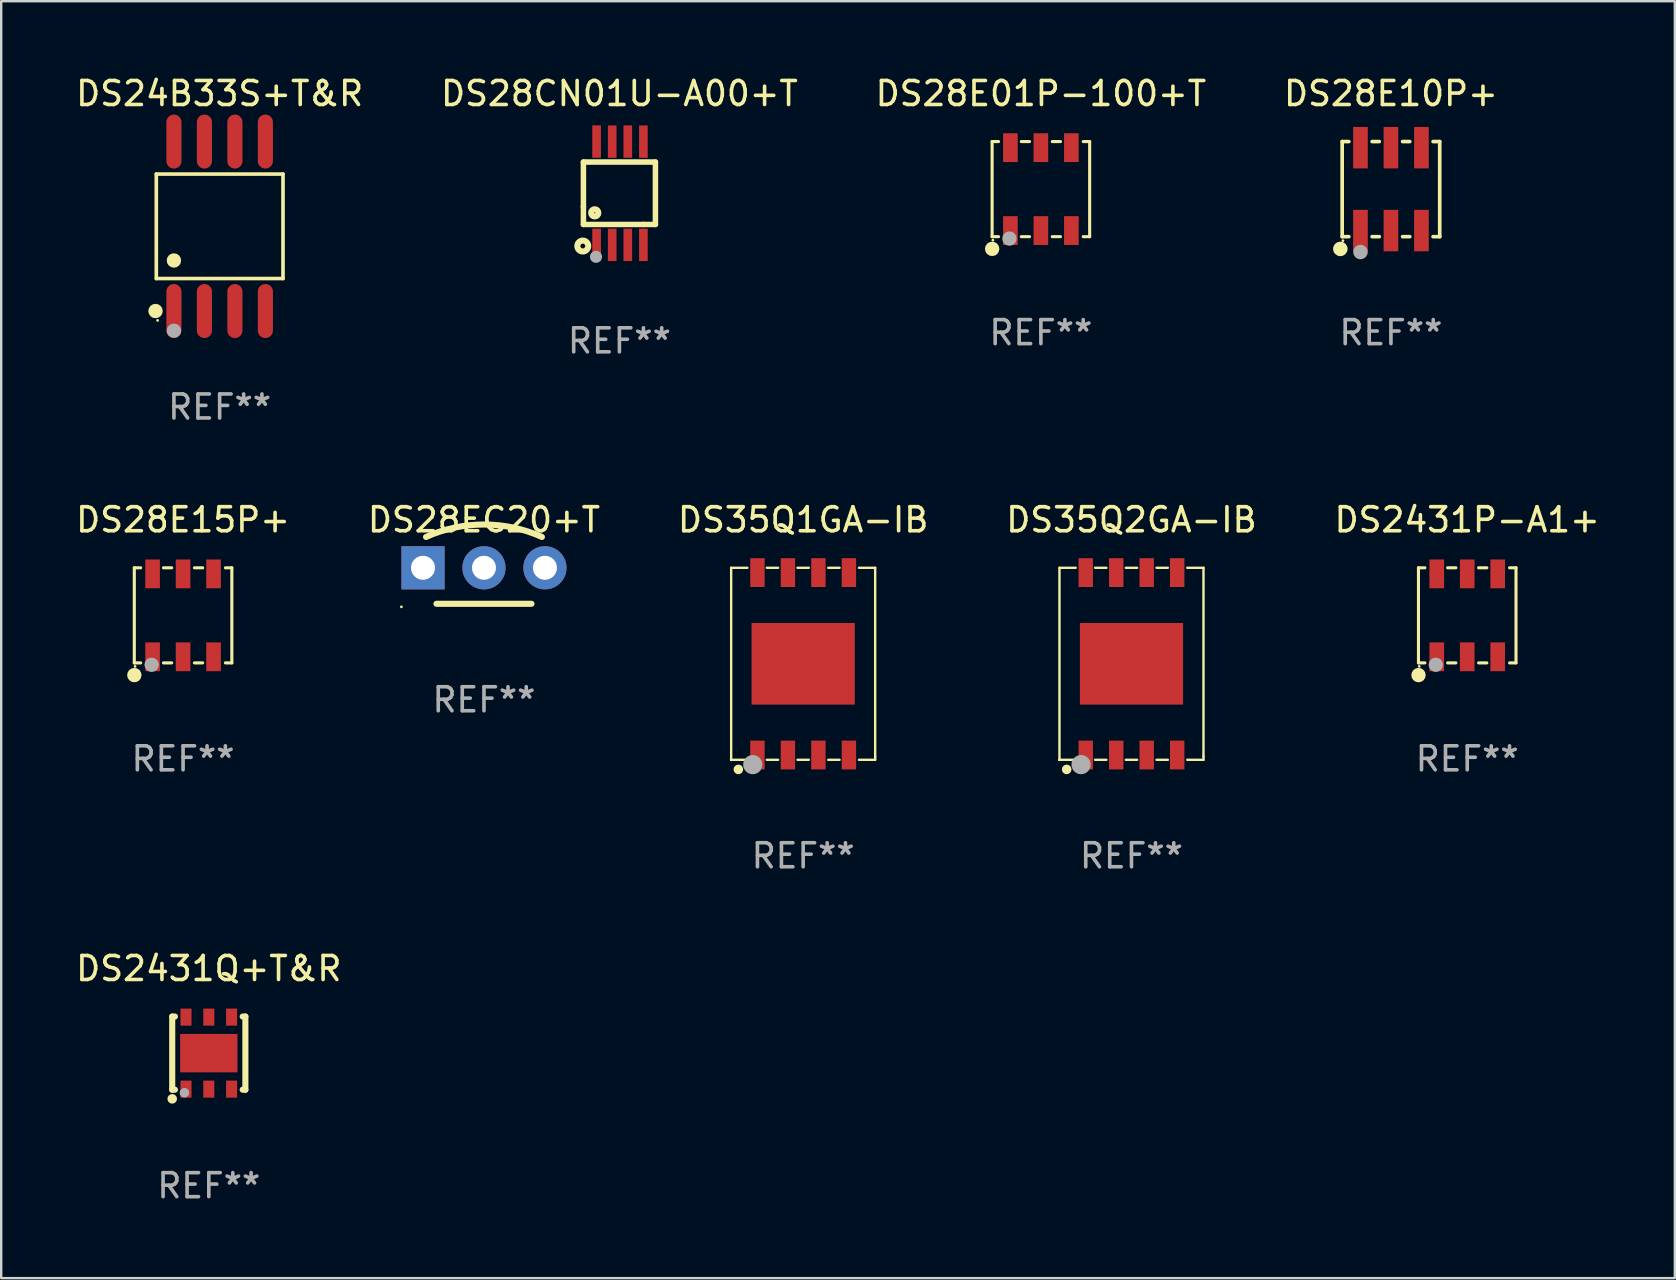
<source format=kicad_pcb>
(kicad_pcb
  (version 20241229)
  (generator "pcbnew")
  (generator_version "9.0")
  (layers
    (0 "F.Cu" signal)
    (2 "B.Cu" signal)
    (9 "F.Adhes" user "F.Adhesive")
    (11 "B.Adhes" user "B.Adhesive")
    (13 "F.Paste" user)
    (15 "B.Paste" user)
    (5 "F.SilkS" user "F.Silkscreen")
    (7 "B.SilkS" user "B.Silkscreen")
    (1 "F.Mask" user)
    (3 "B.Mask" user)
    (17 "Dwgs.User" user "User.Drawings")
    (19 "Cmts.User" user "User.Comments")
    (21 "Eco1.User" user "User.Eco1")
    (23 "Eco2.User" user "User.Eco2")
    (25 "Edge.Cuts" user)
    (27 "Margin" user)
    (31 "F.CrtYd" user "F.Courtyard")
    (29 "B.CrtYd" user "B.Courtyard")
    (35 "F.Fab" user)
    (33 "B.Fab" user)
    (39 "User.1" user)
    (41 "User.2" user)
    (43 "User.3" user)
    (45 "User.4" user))
  (footprint "DS35Q1GA-IB"
    (layer "F.Cu")
    (at 30.411 24.605)
    (property "Reference" "DS35Q1GA-IB" (at 0 -6 0) (layer "F.SilkS") (effects (font (size 1 1) (thickness 0.15))))
    (attr through_hole)
    (fp_line (start -3 -4) (end -3 4) (stroke (width 0.1) (type solid)) (layer "F.SilkS"))
    (fp_line (start -3 -4) (end -2.324 -4) (stroke (width 0.1) (type solid)) (layer "F.SilkS"))
    (fp_line (start -3 4) (end -2.324 4) (stroke (width 0.1) (type solid)) (layer "F.SilkS"))
    (fp_line (start -1.516 -4) (end -1.044 -4) (stroke (width 0.1) (type solid)) (layer "F.SilkS"))
    (fp_line (start -1.516 4) (end -1.044 4) (stroke (width 0.1) (type solid)) (layer "F.SilkS"))
    (fp_line (start -0.236 -4) (end 0.236 -4) (stroke (width 0.1) (type solid)) (layer "F.SilkS"))
    (fp_line (start -0.236 4) (end 0.236 4) (stroke (width 0.1) (type solid)) (layer "F.SilkS"))
    (fp_line (start 1.044 -4) (end 1.516 -4) (stroke (width 0.1) (type solid)) (layer "F.SilkS"))
    (fp_line (start 1.044 4) (end 1.516 4) (stroke (width 0.1) (type solid)) (layer "F.SilkS"))
    (fp_line (start 2.324 -4) (end 3 -4) (stroke (width 0.1) (type solid)) (layer "F.SilkS"))
    (fp_line (start 2.324 4) (end 3 4) (stroke (width 0.1) (type solid)) (layer "F.SilkS"))
    (fp_line (start 3 -4) (end 3 3.863) (stroke (width 0.1) (type solid)) (layer "F.SilkS"))
    (fp_line (start 3 3.863) (end 3 4) (stroke (width 0.1) (type solid)) (layer "F.SilkS"))
    (fp_circle (center -3 4) (end -2.97 4) (stroke (width 0.06) (type solid)) (fill no) (layer "F.SilkS"))
    (fp_circle (center -2.7 4.4) (end -2.6 4.4) (stroke (width 0.2) (type solid)) (fill no) (layer "F.SilkS"))
    (fp_circle (center -2.1 4.2) (end -1.9 4.2) (stroke (width 0.4) (type solid)) (fill no) (layer "F.Fab"))
    (fp_text user "REF**" (at 0 8 0) (layer "F.Fab") (effects (font (size 1 1) (thickness 0.15))))
    (pad "1" smd rect (at -1.905 3.8) (size 0.6 1.2) (layers "F.Cu" "F.Mask" "F.Paste"))
    (pad "2" smd rect (at -0.635 3.8) (size 0.6 1.2) (layers "F.Cu" "F.Mask" "F.Paste"))
    (pad "3" smd rect (at 0.635 3.8) (size 0.6 1.2) (layers "F.Cu" "F.Mask" "F.Paste"))
    (pad "4" smd rect (at 1.905 3.8) (size 0.6 1.2) (layers "F.Cu" "F.Mask" "F.Paste"))
    (pad "5" smd rect (at 1.905 -3.8) (size 0.6 1.2) (layers "F.Cu" "F.Mask" "F.Paste"))
    (pad "6" smd rect (at 0.635 -3.8) (size 0.6 1.2) (layers "F.Cu" "F.Mask" "F.Paste"))
    (pad "7" smd rect (at -0.635 -3.8) (size 0.6 1.2) (layers "F.Cu" "F.Mask" "F.Paste"))
    (pad "8" smd rect (at -1.905 -3.8) (size 0.6 1.2) (layers "F.Cu" "F.Mask" "F.Paste"))
    (pad "9" smd rect (at 0.000127 0.000025 90) (size 3.4 4.3) (layers "F.Cu" "F.Mask" "F.Paste")))
  (footprint "DS28CN01U-A00+T"
    (layer "F.Cu")
    (at 22.756 5)
    (property "Reference" "DS28CN01U-A00+T" (at 0 -4.152 0) (layer "F.SilkS") (effects (font (size 1 1) (thickness 0.15))))
    (attr through_hole)
    (fp_line (start -1.5 1.301) (end 1 1.301) (stroke (width 0.229) (type solid)) (layer "F.SilkS"))
    (fp_line (start -1.5 -1.299) (end -1.5 0.551) (stroke (width 0.229) (type solid)) (layer "F.SilkS"))
    (fp_line (start -1.5 0.551) (end -1.5 1.301) (stroke (width 0.229) (type solid)) (layer "F.SilkS"))
    (fp_line (start 1 1.301) (end 1.5 1.301) (stroke (width 0.229) (type solid)) (layer "F.SilkS"))
    (fp_line (start 1.5 1.301) (end 1.5 -1.299) (stroke (width 0.229) (type solid)) (layer "F.SilkS"))
    (fp_line (start 1.5 -1.299) (end -1.5 -1.299) (stroke (width 0.229) (type solid)) (layer "F.SilkS"))
    (fp_circle (center -1.526 2.2) (end -1.426 2.2) (stroke (width 0.254) (type solid)) (fill no) (layer "F.SilkS"))
    (fp_circle (center -1.476 2.45) (end -1.446 2.45) (stroke (width 0.06) (type solid)) (fill no) (layer "F.SilkS"))
    (fp_circle (center -1.028 0.817) (end -0.878 0.817) (stroke (width 0.254) (type solid)) (fill no) (layer "F.SilkS"))
    (fp_circle (center -0.976 2.65) (end -0.849 2.65) (stroke (width 0.254) (type solid)) (fill no) (layer "F.Fab"))
    (fp_text user "REF**" (at 0 6.152 0) (layer "F.Fab") (effects (font (size 1 1) (thickness 0.15))))
    (pad "1" smd rect (at -0.951 2.15) (size 0.36 1.35) (layers "F.Cu" "F.Mask" "F.Paste"))
    (pad "2" smd rect (at -0.301 2.152) (size 0.36 1.35) (layers "F.Cu" "F.Mask" "F.Paste"))
    (pad "3" smd rect (at 0.349 2.151) (size 0.36 1.35) (layers "F.Cu" "F.Mask" "F.Paste"))
    (pad "4" smd rect (at 0.999 2.152) (size 0.36 1.35) (layers "F.Cu" "F.Mask" "F.Paste"))
    (pad "5" smd rect (at 0.999 -2.149) (size 0.36 1.35) (layers "F.Cu" "F.Mask" "F.Paste"))
    (pad "6" smd rect (at 0.349 -2.152) (size 0.36 1.35) (layers "F.Cu" "F.Mask" "F.Paste"))
    (pad "7" smd rect (at -0.301 -2.149) (size 0.36 1.35) (layers "F.Cu" "F.Mask" "F.Paste"))
    (pad "8" smd rect (at -0.951 -2.152) (size 0.36 1.35) (layers "F.Cu" "F.Mask" "F.Paste")))
  (footprint "DS28E10P+"
    (layer "F.Cu")
    (at 54.899 4.829)
    (property "Reference" "DS28E10P+" (at 0 -3.981 0) (layer "F.SilkS") (effects (font (size 1 1) (thickness 0.15))))
    (attr through_hole)
    (fp_line (start -2.032 -1.981) (end -2.032 1.981) (stroke (width 0.152) (type solid)) (layer "F.SilkS"))
    (fp_line (start -2.032 -1.981) (end -1.755 -1.981) (stroke (width 0.152) (type solid)) (layer "F.SilkS"))
    (fp_line (start -2.032 1.981) (end -1.755 1.981) (stroke (width 0.152) (type solid)) (layer "F.SilkS"))
    (fp_line (start -0.785 -1.981) (end -0.485 -1.981) (stroke (width 0.152) (type solid)) (layer "F.SilkS"))
    (fp_line (start -0.785 1.981) (end -0.485 1.981) (stroke (width 0.152) (type solid)) (layer "F.SilkS"))
    (fp_line (start 0.485 -1.981) (end 0.785 -1.981) (stroke (width 0.152) (type solid)) (layer "F.SilkS"))
    (fp_line (start 0.485 1.981) (end 0.785 1.981) (stroke (width 0.152) (type solid)) (layer "F.SilkS"))
    (fp_line (start 1.755 -1.981) (end 2.032 -1.981) (stroke (width 0.152) (type solid)) (layer "F.SilkS"))
    (fp_line (start 1.755 1.981) (end 2.032 1.981) (stroke (width 0.152) (type solid)) (layer "F.SilkS"))
    (fp_line (start 2.032 1.981) (end 2.032 -1.981) (stroke (width 0.152) (type solid)) (layer "F.SilkS"))
    (fp_circle (center -2.11 2.49) (end -1.957 2.49) (stroke (width 0.3) (type solid)) (fill no) (layer "F.SilkS"))
    (fp_circle (center -2 2.15) (end -1.97 2.15) (stroke (width 0.06) (type solid)) (fill no) (layer "F.SilkS"))
    (fp_circle (center -1.27 2.62) (end -1.117 2.62) (stroke (width 0.3) (type solid)) (fill no) (layer "F.Fab"))
    (fp_text user "REF**" (at 0 5.981 0) (layer "F.Fab") (effects (font (size 1 1) (thickness 0.15))))
    (pad "1" smd rect (at -1.27 1.727) (size 0.61 1.727) (layers "F.Cu" "F.Mask" "F.Paste"))
    (pad "2" smd rect (at 0 1.727) (size 0.61 1.727) (layers "F.Cu" "F.Mask" "F.Paste"))
    (pad "3" smd rect (at 1.27 1.727) (size 0.61 1.727) (layers "F.Cu" "F.Mask" "F.Paste"))
    (pad "4" smd rect (at 1.27 -1.727) (size 0.61 1.727) (layers "F.Cu" "F.Mask" "F.Paste"))
    (pad "5" smd rect (at 0 -1.727) (size 0.61 1.727) (layers "F.Cu" "F.Mask" "F.Paste"))
    (pad "6" smd rect (at -1.27 -1.727) (size 0.61 1.727) (layers "F.Cu" "F.Mask" "F.Paste")))
  (footprint "DS28E15P+"
    (layer "F.Cu")
    (at 4.577 22.586)
    (property "Reference" "DS28E15P+" (at 0 -3.981 0) (layer "F.SilkS") (effects (font (size 1 1) (thickness 0.15))))
    (attr through_hole)
    (fp_line (start -2.032 -1.981) (end -2.032 1.981) (stroke (width 0.129) (type solid)) (layer "F.SilkS"))
    (fp_line (start -1.764 -1.981) (end -2.032 -1.981) (stroke (width 0.129) (type solid)) (layer "F.SilkS"))
    (fp_line (start -1.764 1.981) (end -2.032 1.981) (stroke (width 0.129) (type solid)) (layer "F.SilkS"))
    (fp_line (start -0.473 -1.981) (end -0.817 -1.981) (stroke (width 0.129) (type solid)) (layer "F.SilkS"))
    (fp_line (start -0.473 1.981) (end -0.817 1.981) (stroke (width 0.129) (type solid)) (layer "F.SilkS"))
    (fp_line (start 0.817 -1.981) (end 0.473 -1.981) (stroke (width 0.129) (type solid)) (layer "F.SilkS"))
    (fp_line (start 0.817 1.981) (end 0.473 1.981) (stroke (width 0.129) (type solid)) (layer "F.SilkS"))
    (fp_line (start 2.032 -1.981) (end 1.764 -1.981) (stroke (width 0.129) (type solid)) (layer "F.SilkS"))
    (fp_line (start 2.032 1.981) (end 1.764 1.981) (stroke (width 0.129) (type solid)) (layer "F.SilkS"))
    (fp_line (start 2.032 1.981) (end 2.032 -1.981) (stroke (width 0.129) (type solid)) (layer "F.SilkS"))
    (fp_circle (center -2.03 2.49) (end -1.88 2.49) (stroke (width 0.3) (type solid)) (fill no) (layer "F.SilkS"))
    (fp_circle (center -2 2.127) (end -1.97 2.127) (stroke (width 0.06) (type solid)) (fill no) (layer "F.SilkS"))
    (fp_circle (center -1.31 2.06) (end -1.16 2.06) (stroke (width 0.3) (type solid)) (fill no) (layer "F.Fab"))
    (fp_text user "REF**" (at 0 5.981 0) (layer "F.Fab") (effects (font (size 1 1) (thickness 0.15))))
    (pad "1" smd rect (at -1.27 1.727) (size 0.61 1.2) (layers "F.Cu" "F.Mask" "F.Paste"))
    (pad "2" smd rect (at 0 1.727) (size 0.61 1.2) (layers "F.Cu" "F.Mask" "F.Paste"))
    (pad "3" smd rect (at 1.27 1.727) (size 0.61 1.2) (layers "F.Cu" "F.Mask" "F.Paste"))
    (pad "4" smd rect (at 1.27 -1.727) (size 0.61 1.2) (layers "F.Cu" "F.Mask" "F.Paste"))
    (pad "5" smd rect (at 0 -1.727) (size 0.61 1.2) (layers "F.Cu" "F.Mask" "F.Paste"))
    (pad "6" smd rect (at -1.27 -1.727) (size 0.61 1.2) (layers "F.Cu" "F.Mask" "F.Paste")))
  (footprint "DS2431Q+T&R"
    (layer "F.Cu")
    (at 5.649 40.825)
    (property "Reference" "DS2431Q+T&R" (at 0 -3.524 0) (layer "F.SilkS") (effects (font (size 1 1) (thickness 0.15))))
    (attr through_hole)
    (fp_line (start -1.524 -1.524) (end -1.524 1.524) (stroke (width 0.254) (type solid)) (layer "F.SilkS"))
    (fp_line (start -1.524 1.524) (end -1.411 1.524) (stroke (width 0.254) (type solid)) (layer "F.SilkS"))
    (fp_line (start -1.411 -1.524) (end -1.524 -1.524) (stroke (width 0.254) (type solid)) (layer "F.SilkS"))
    (fp_line (start 1.411 1.524) (end 1.524 1.524) (stroke (width 0.254) (type solid)) (layer "F.SilkS"))
    (fp_line (start 1.524 -1.524) (end 1.411 -1.524) (stroke (width 0.254) (type solid)) (layer "F.SilkS"))
    (fp_line (start 1.524 1.524) (end 1.524 -1.524) (stroke (width 0.254) (type solid)) (layer "F.SilkS"))
    (fp_circle (center -1.524 1.905) (end -1.424 1.905) (stroke (width 0.2) (type solid)) (fill no) (layer "F.SilkS"))
    (fp_circle (center -1.5 1.5) (end -1.47 1.5) (stroke (width 0.06) (type solid)) (fill no) (layer "F.SilkS"))
    (fp_circle (center -1.016 1.651) (end -0.916 1.651) (stroke (width 0.2) (type solid)) (fill no) (layer "F.Fab"))
    (fp_text user "REF**" (at 0 5.524 0) (layer "F.Fab") (effects (font (size 1 1) (thickness 0.15))))
    (pad "1" smd rect (at -0.95 1.5) (size 0.46 0.71) (layers "F.Cu" "F.Mask" "F.Paste"))
    (pad "2" smd rect (at 0 1.5) (size 0.46 0.71) (layers "F.Cu" "F.Mask" "F.Paste"))
    (pad "3" smd rect (at 0.95 1.5) (size 0.46 0.71) (layers "F.Cu" "F.Mask" "F.Paste"))
    (pad "4" smd rect (at 0.95 -1.5) (size 0.46 0.71) (layers "F.Cu" "F.Mask" "F.Paste"))
    (pad "5" smd rect (at 0 -1.5) (size 0.46 0.71) (layers "F.Cu" "F.Mask" "F.Paste"))
    (pad "6" smd rect (at -0.95 -1.5) (size 0.46 0.71) (layers "F.Cu" "F.Mask" "F.Paste"))
    (pad "7" smd rect (at 0 0.000127) (size 2.39 1.6) (layers "F.Cu" "F.Mask" "F.Paste")))
  (footprint "DS28E01P-100+T"
    (layer "F.Cu")
    (at 40.315 4.829)
    (property "Reference" "DS28E01P-100+T" (at 0 -3.981 0) (layer "F.SilkS") (effects (font (size 1 1) (thickness 0.15))))
    (attr through_hole)
    (fp_line (start -2.032 -1.981) (end -2.032 1.981) (stroke (width 0.129) (type solid)) (layer "F.SilkS"))
    (fp_line (start -1.764 -1.981) (end -2.032 -1.981) (stroke (width 0.129) (type solid)) (layer "F.SilkS"))
    (fp_line (start -1.764 1.981) (end -2.032 1.981) (stroke (width 0.129) (type solid)) (layer "F.SilkS"))
    (fp_line (start -0.473 -1.981) (end -0.817 -1.981) (stroke (width 0.129) (type solid)) (layer "F.SilkS"))
    (fp_line (start -0.473 1.981) (end -0.817 1.981) (stroke (width 0.129) (type solid)) (layer "F.SilkS"))
    (fp_line (start 0.817 -1.981) (end 0.473 -1.981) (stroke (width 0.129) (type solid)) (layer "F.SilkS"))
    (fp_line (start 0.817 1.981) (end 0.473 1.981) (stroke (width 0.129) (type solid)) (layer "F.SilkS"))
    (fp_line (start 2.032 -1.981) (end 1.764 -1.981) (stroke (width 0.129) (type solid)) (layer "F.SilkS"))
    (fp_line (start 2.032 1.981) (end 1.764 1.981) (stroke (width 0.129) (type solid)) (layer "F.SilkS"))
    (fp_line (start 2.032 1.981) (end 2.032 -1.981) (stroke (width 0.129) (type solid)) (layer "F.SilkS"))
    (fp_circle (center -2.03 2.49) (end -1.88 2.49) (stroke (width 0.3) (type solid)) (fill no) (layer "F.SilkS"))
    (fp_circle (center -2 2.127) (end -1.97 2.127) (stroke (width 0.06) (type solid)) (fill no) (layer "F.SilkS"))
    (fp_circle (center -1.31 2.06) (end -1.16 2.06) (stroke (width 0.3) (type solid)) (fill no) (layer "F.Fab"))
    (fp_text user "REF**" (at 0 5.981 0) (layer "F.Fab") (effects (font (size 1 1) (thickness 0.15))))
    (pad "1" smd rect (at -1.27 1.727) (size 0.61 1.2) (layers "F.Cu" "F.Mask" "F.Paste"))
    (pad "2" smd rect (at 0 1.727) (size 0.61 1.2) (layers "F.Cu" "F.Mask" "F.Paste"))
    (pad "3" smd rect (at 1.27 1.727) (size 0.61 1.2) (layers "F.Cu" "F.Mask" "F.Paste"))
    (pad "4" smd rect (at 1.27 -1.727) (size 0.61 1.2) (layers "F.Cu" "F.Mask" "F.Paste"))
    (pad "5" smd rect (at 0 -1.727) (size 0.61 1.2) (layers "F.Cu" "F.Mask" "F.Paste"))
    (pad "6" smd rect (at -1.27 -1.727) (size 0.61 1.2) (layers "F.Cu" "F.Mask" "F.Paste")))
  (footprint "DS28EC20+T"
    (layer "F.Cu")
    (at 17.113 21.355)
    (property "Reference" "DS28EC20+T" (at 0 -2.75 0) (layer "F.SilkS") (effects (font (size 1 1) (thickness 0.15))))
    (attr through_hole)
    (fp_line (start 1.98 0.75) (end -1.98 0.75) (stroke (width 0.254) (type solid)) (layer "F.SilkS"))
    (fp_arc (start -2.413005 -2.034925) (mid 0 -2.5534) (end 2.413005 -2.034925) (stroke (width 0.254001) (type solid)) (layer "F.SilkS"))
    (fp_circle (center -3.44 0.877) (end -3.41 0.877) (stroke (width 0.06) (type solid)) (fill no) (layer "F.SilkS"))
    (fp_text user "REF**" (at 0 4.75 0) (layer "F.Fab") (effects (font (size 1 1) (thickness 0.15))))
    (pad "1" thru_hole rect (at -2.54 -0.75 270) (size 1.8 1.8) (drill 1) (layers "*.Cu" "*.Mask"))
    (pad "2" thru_hole circle (at 0 -0.75) (size 1.8 1.8) (drill 1) (layers "*.Cu" "*.Mask"))
    (pad "3" thru_hole circle (at 2.54 -0.75) (size 1.8 1.8) (drill 1) (layers "*.Cu" "*.Mask")))
  (footprint "DS2431P-A1+"
    (layer "F.Cu")
    (at 58.077 22.586)
    (property "Reference" "DS2431P-A1+" (at 0 -3.981 0) (layer "F.SilkS") (effects (font (size 1 1) (thickness 0.15))))
    (attr through_hole)
    (fp_line (start -2.032 -1.981) (end -2.032 1.981) (stroke (width 0.129) (type solid)) (layer "F.SilkS"))
    (fp_line (start -1.764 -1.981) (end -2.032 -1.981) (stroke (width 0.129) (type solid)) (layer "F.SilkS"))
    (fp_line (start -1.764 1.981) (end -2.032 1.981) (stroke (width 0.129) (type solid)) (layer "F.SilkS"))
    (fp_line (start -0.473 -1.981) (end -0.817 -1.981) (stroke (width 0.129) (type solid)) (layer "F.SilkS"))
    (fp_line (start -0.473 1.981) (end -0.817 1.981) (stroke (width 0.129) (type solid)) (layer "F.SilkS"))
    (fp_line (start 0.817 -1.981) (end 0.473 -1.981) (stroke (width 0.129) (type solid)) (layer "F.SilkS"))
    (fp_line (start 0.817 1.981) (end 0.473 1.981) (stroke (width 0.129) (type solid)) (layer "F.SilkS"))
    (fp_line (start 2.032 -1.981) (end 1.764 -1.981) (stroke (width 0.129) (type solid)) (layer "F.SilkS"))
    (fp_line (start 2.032 1.981) (end 1.764 1.981) (stroke (width 0.129) (type solid)) (layer "F.SilkS"))
    (fp_line (start 2.032 1.981) (end 2.032 -1.981) (stroke (width 0.129) (type solid)) (layer "F.SilkS"))
    (fp_circle (center -2.03 2.49) (end -1.88 2.49) (stroke (width 0.3) (type solid)) (fill no) (layer "F.SilkS"))
    (fp_circle (center -2 2.127) (end -1.97 2.127) (stroke (width 0.06) (type solid)) (fill no) (layer "F.SilkS"))
    (fp_circle (center -1.31 2.06) (end -1.16 2.06) (stroke (width 0.3) (type solid)) (fill no) (layer "F.Fab"))
    (fp_text user "REF**" (at 0 5.981 0) (layer "F.Fab") (effects (font (size 1 1) (thickness 0.15))))
    (pad "1" smd rect (at -1.27 1.727) (size 0.61 1.2) (layers "F.Cu" "F.Mask" "F.Paste"))
    (pad "2" smd rect (at 0 1.727) (size 0.61 1.2) (layers "F.Cu" "F.Mask" "F.Paste"))
    (pad "3" smd rect (at 1.27 1.727) (size 0.61 1.2) (layers "F.Cu" "F.Mask" "F.Paste"))
    (pad "4" smd rect (at 1.27 -1.727) (size 0.61 1.2) (layers "F.Cu" "F.Mask" "F.Paste"))
    (pad "5" smd rect (at 0 -1.727) (size 0.61 1.2) (layers "F.Cu" "F.Mask" "F.Paste"))
    (pad "6" smd rect (at -1.27 -1.727) (size 0.61 1.2) (layers "F.Cu" "F.Mask" "F.Paste")))
  (footprint "DS35Q2GA-IB"
    (layer "F.Cu")
    (at 44.089 24.605)
    (property "Reference" "DS35Q2GA-IB" (at 0 -6 0) (layer "F.SilkS") (effects (font (size 1 1) (thickness 0.15))))
    (attr through_hole)
    (fp_line (start -3 -4) (end -3 4) (stroke (width 0.1) (type solid)) (layer "F.SilkS"))
    (fp_line (start -3 -4) (end -2.324 -4) (stroke (width 0.1) (type solid)) (layer "F.SilkS"))
    (fp_line (start -3 4) (end -2.324 4) (stroke (width 0.1) (type solid)) (layer "F.SilkS"))
    (fp_line (start -1.516 -4) (end -1.044 -4) (stroke (width 0.1) (type solid)) (layer "F.SilkS"))
    (fp_line (start -1.516 4) (end -1.044 4) (stroke (width 0.1) (type solid)) (layer "F.SilkS"))
    (fp_line (start -0.236 -4) (end 0.236 -4) (stroke (width 0.1) (type solid)) (layer "F.SilkS"))
    (fp_line (start -0.236 4) (end 0.236 4) (stroke (width 0.1) (type solid)) (layer "F.SilkS"))
    (fp_line (start 1.044 -4) (end 1.516 -4) (stroke (width 0.1) (type solid)) (layer "F.SilkS"))
    (fp_line (start 1.044 4) (end 1.516 4) (stroke (width 0.1) (type solid)) (layer "F.SilkS"))
    (fp_line (start 2.324 -4) (end 3 -4) (stroke (width 0.1) (type solid)) (layer "F.SilkS"))
    (fp_line (start 2.324 4) (end 3 4) (stroke (width 0.1) (type solid)) (layer "F.SilkS"))
    (fp_line (start 3 -4) (end 3 3.863) (stroke (width 0.1) (type solid)) (layer "F.SilkS"))
    (fp_line (start 3 3.863) (end 3 4) (stroke (width 0.1) (type solid)) (layer "F.SilkS"))
    (fp_circle (center -3 4) (end -2.97 4) (stroke (width 0.06) (type solid)) (fill no) (layer "F.SilkS"))
    (fp_circle (center -2.7 4.4) (end -2.6 4.4) (stroke (width 0.2) (type solid)) (fill no) (layer "F.SilkS"))
    (fp_circle (center -2.1 4.2) (end -1.9 4.2) (stroke (width 0.4) (type solid)) (fill no) (layer "F.Fab"))
    (fp_text user "REF**" (at 0 8 0) (layer "F.Fab") (effects (font (size 1 1) (thickness 0.15))))
    (pad "1" smd rect (at -1.905 3.8) (size 0.6 1.2) (layers "F.Cu" "F.Mask" "F.Paste"))
    (pad "2" smd rect (at -0.635 3.8) (size 0.6 1.2) (layers "F.Cu" "F.Mask" "F.Paste"))
    (pad "3" smd rect (at 0.635 3.8) (size 0.6 1.2) (layers "F.Cu" "F.Mask" "F.Paste"))
    (pad "4" smd rect (at 1.905 3.8) (size 0.6 1.2) (layers "F.Cu" "F.Mask" "F.Paste"))
    (pad "5" smd rect (at 1.905 -3.8) (size 0.6 1.2) (layers "F.Cu" "F.Mask" "F.Paste"))
    (pad "6" smd rect (at 0.635 -3.8) (size 0.6 1.2) (layers "F.Cu" "F.Mask" "F.Paste"))
    (pad "7" smd rect (at -0.635 -3.8) (size 0.6 1.2) (layers "F.Cu" "F.Mask" "F.Paste"))
    (pad "8" smd rect (at -1.905 -3.8) (size 0.6 1.2) (layers "F.Cu" "F.Mask" "F.Paste"))
    (pad "9" smd rect (at 0.000127 0.000025 90) (size 3.4 4.3) (layers "F.Cu" "F.Mask" "F.Paste")))
  (footprint "DS24B33S+T&R"
    (layer "F.Cu")
    (at 6.101 6.378)
    (property "Reference" "DS24B33S+T&R" (at 0 -5.53 0) (layer "F.SilkS") (effects (font (size 1 1) (thickness 0.15))))
    (attr through_hole)
    (fp_line (start -2.639 -2.176) (end 2.639 -2.176) (stroke (width 0.152) (type solid)) (layer "F.SilkS"))
    (fp_line (start -2.639 2.176) (end -2.639 -2.176) (stroke (width 0.152) (type solid)) (layer "F.SilkS"))
    (fp_line (start 2.639 -2.176) (end 2.639 2.176) (stroke (width 0.152) (type solid)) (layer "F.SilkS"))
    (fp_line (start 2.639 2.176) (end -2.639 2.176) (stroke (width 0.152) (type solid)) (layer "F.SilkS"))
    (fp_circle (center -2.672 3.53) (end -2.522 3.53) (stroke (width 0.3) (type solid)) (fill no) (layer "F.SilkS"))
    (fp_circle (center -2.585 3.92) (end -2.555 3.92) (stroke (width 0.06) (type solid)) (fill no) (layer "F.SilkS"))
    (fp_circle (center -1.905 1.424) (end -1.755 1.424) (stroke (width 0.3) (type solid)) (fill no) (layer "F.SilkS"))
    (fp_circle (center -1.905 4.35) (end -1.755 4.35) (stroke (width 0.3) (type solid)) (fill no) (layer "F.Fab"))
    (fp_text user "REF**" (at 0 7.53 0) (layer "F.Fab") (effects (font (size 1 1) (thickness 0.15))))
    (pad "1" smd oval (at -1.905 3.53) (size 0.63 2.25) (layers "F.Cu" "F.Mask" "F.Paste"))
    (pad "2" smd oval (at -0.635 3.53) (size 0.63 2.25) (layers "F.Cu" "F.Mask" "F.Paste"))
    (pad "3" smd oval (at 0.635 3.53) (size 0.63 2.25) (layers "F.Cu" "F.Mask" "F.Paste"))
    (pad "4" smd oval (at 1.905 3.53) (size 0.63 2.25) (layers "F.Cu" "F.Mask" "F.Paste"))
    (pad "5" smd oval (at 1.905 -3.53) (size 0.63 2.25) (layers "F.Cu" "F.Mask" "F.Paste"))
    (pad "6" smd oval (at 0.635 -3.53) (size 0.63 2.25) (layers "F.Cu" "F.Mask" "F.Paste"))
    (pad "7" smd oval (at -0.635 -3.53) (size 0.63 2.25) (layers "F.Cu" "F.Mask" "F.Paste"))
    (pad "8" smd oval (at -1.905 -3.53) (size 0.63 2.25) (layers "F.Cu" "F.Mask" "F.Paste")))
  (gr_rect
    (start -3 -3)
    (end 66.726 50.198)
    (stroke (width 0.1) (type default))
    (fill no)
    (layer "Edge.Cuts")))
</source>
